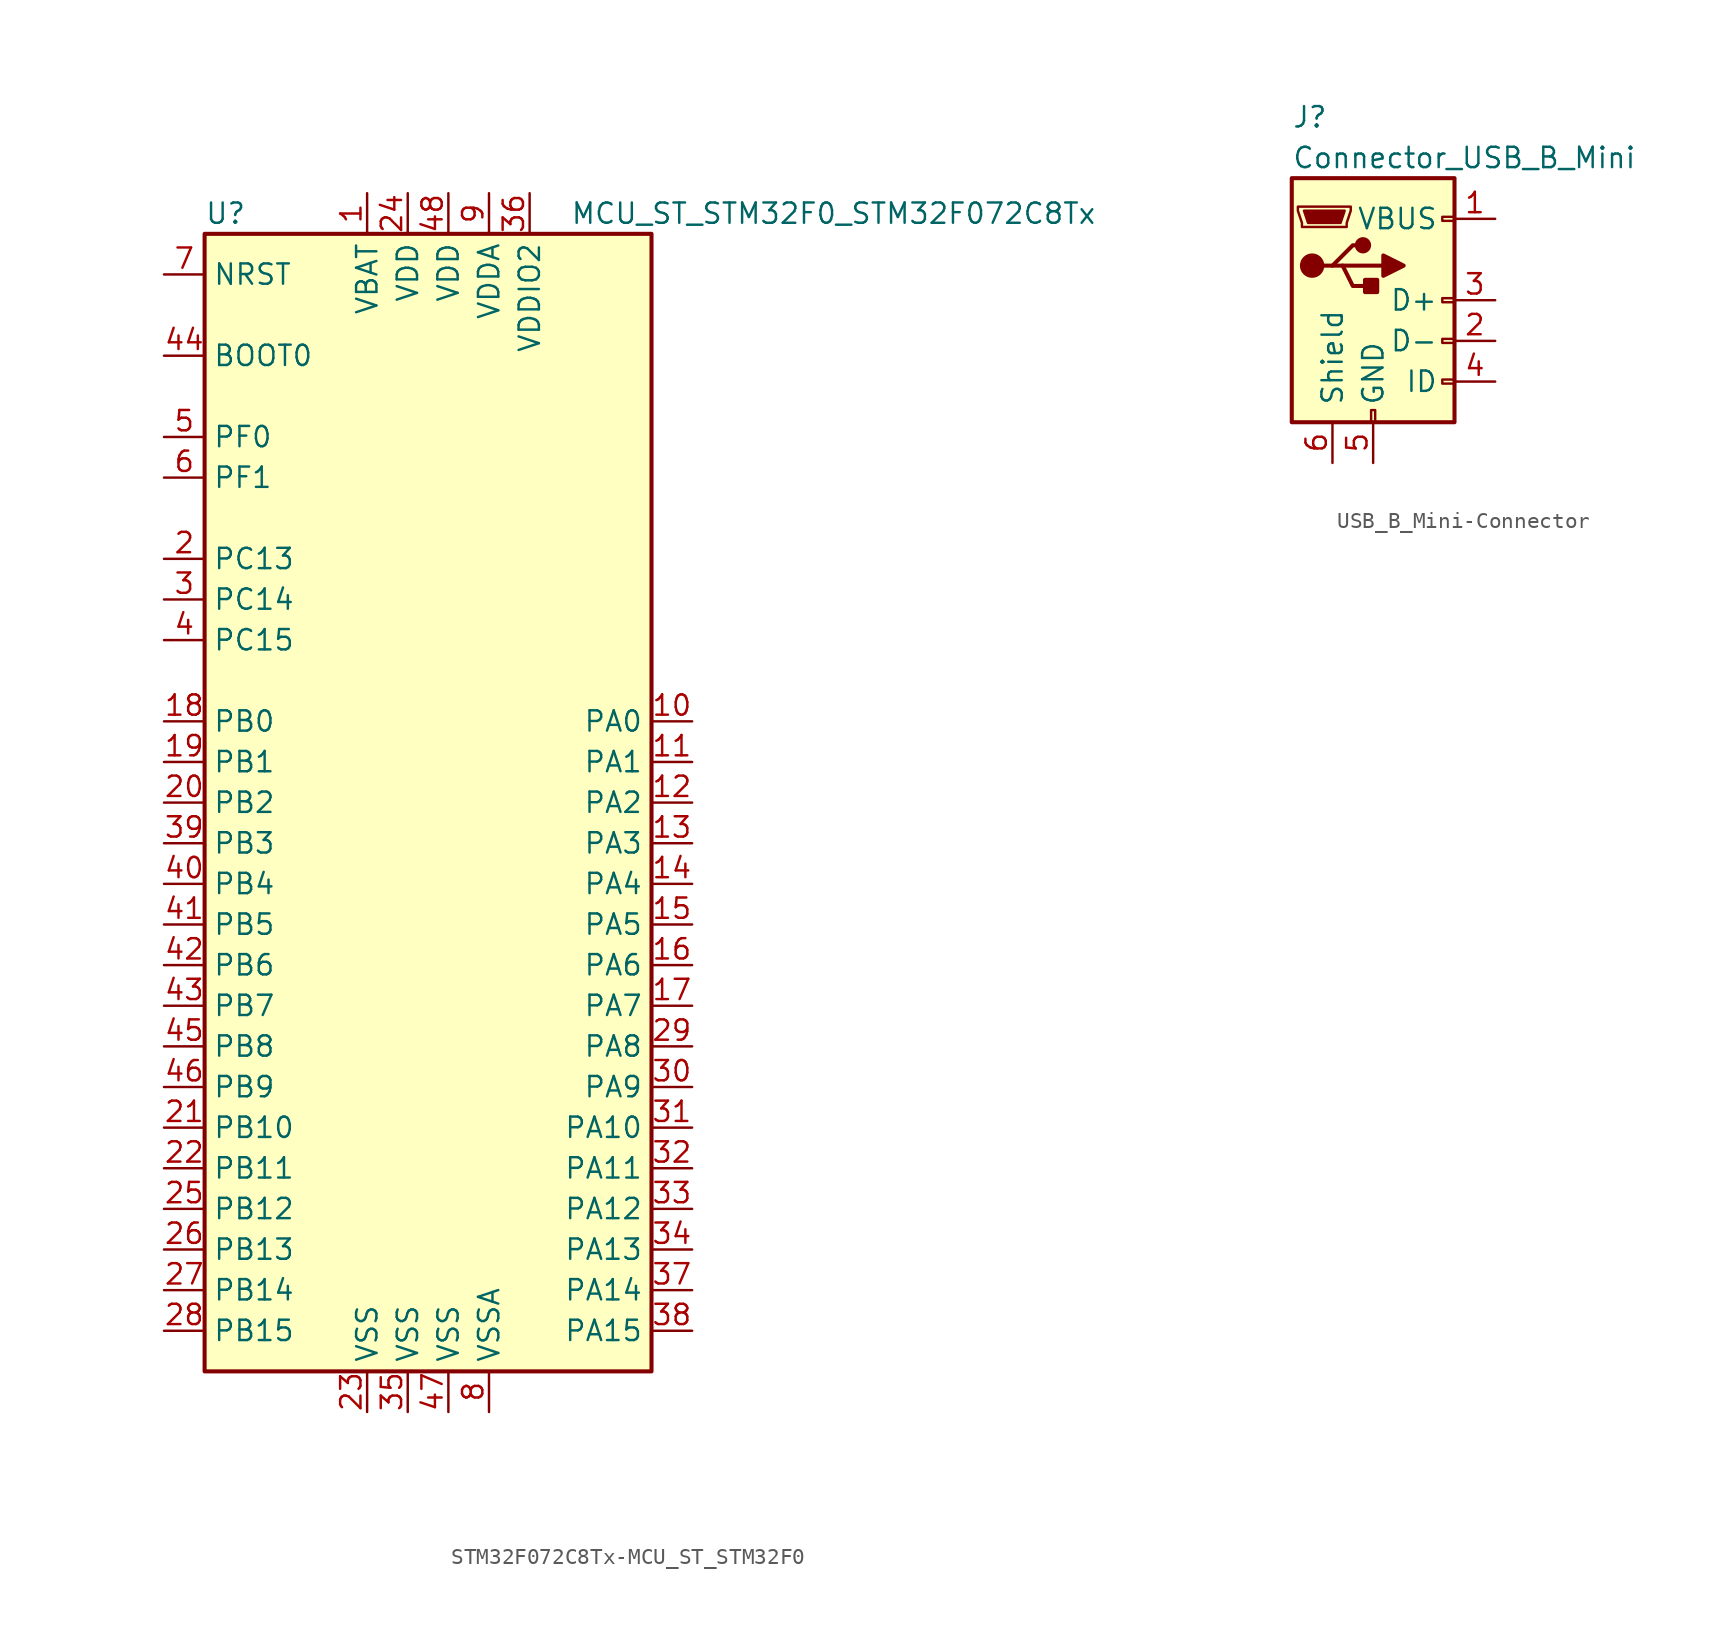
<source format=kicad_sym>
(kicad_symbol_lib
  (version 20231120)
  (generator "kicad_symbol_editor")
  (generator_version "8.0")
  (symbol "STM32F072C8Tx-MCU_ST_STM32F0"
    (property "Reference" "U"
      (at -15.24 36.83 0)
      (effects (font (size 1.27 1.27)) (justify left)))
    (property "Value" "MCU_ST_STM32F0_STM32F072C8Tx"
      (at 7.62 36.83 0)
      (effects (font (size 1.27 1.27)) (justify left)))
    (symbol "STM32F072C8Tx-MCU_ST_STM32F0_0_1"
      (rectangle (start -15.24 -35.56) (end 12.7 35.56) (stroke (width 0.254) (type solid)) (fill (type background))))
    (symbol "STM32F072C8Tx-MCU_ST_STM32F0_1_1"
      (pin power_in line (at -5.08 38.1 270) (length 2.54) (name "VBAT" (effects (font (size 1.27 1.27)))) (number "1" (effects (font (size 1.27 1.27)))))
      (pin bidirectional line (at 15.24 5.08 180) (length 2.54) (name "PA0" (effects (font (size 1.27 1.27)))) (number "10" (effects (font (size 1.27 1.27)))))
      (pin bidirectional line (at 15.24 2.54 180) (length 2.54) (name "PA1" (effects (font (size 1.27 1.27)))) (number "11" (effects (font (size 1.27 1.27)))))
      (pin bidirectional line (at 15.24 0 180) (length 2.54) (name "PA2" (effects (font (size 1.27 1.27)))) (number "12" (effects (font (size 1.27 1.27)))))
      (pin bidirectional line (at 15.24 -2.54 180) (length 2.54) (name "PA3" (effects (font (size 1.27 1.27)))) (number "13" (effects (font (size 1.27 1.27)))))
      (pin bidirectional line (at 15.24 -5.08 180) (length 2.54) (name "PA4" (effects (font (size 1.27 1.27)))) (number "14" (effects (font (size 1.27 1.27)))))
      (pin bidirectional line (at 15.24 -7.62 180) (length 2.54) (name "PA5" (effects (font (size 1.27 1.27)))) (number "15" (effects (font (size 1.27 1.27)))))
      (pin bidirectional line (at 15.24 -10.16 180) (length 2.54) (name "PA6" (effects (font (size 1.27 1.27)))) (number "16" (effects (font (size 1.27 1.27)))))
      (pin bidirectional line (at 15.24 -12.7 180) (length 2.54) (name "PA7" (effects (font (size 1.27 1.27)))) (number "17" (effects (font (size 1.27 1.27)))))
      (pin bidirectional line (at -17.78 5.08 0) (length 2.54) (name "PB0" (effects (font (size 1.27 1.27)))) (number "18" (effects (font (size 1.27 1.27)))))
      (pin bidirectional line (at -17.78 2.54 0) (length 2.54) (name "PB1" (effects (font (size 1.27 1.27)))) (number "19" (effects (font (size 1.27 1.27)))))
      (pin bidirectional line (at -17.78 15.24 0) (length 2.54) (name "PC13" (effects (font (size 1.27 1.27)))) (number "2" (effects (font (size 1.27 1.27)))))
      (pin bidirectional line (at -17.78 0 0) (length 2.54) (name "PB2" (effects (font (size 1.27 1.27)))) (number "20" (effects (font (size 1.27 1.27)))))
      (pin bidirectional line (at -17.78 -20.32 0) (length 2.54) (name "PB10" (effects (font (size 1.27 1.27)))) (number "21" (effects (font (size 1.27 1.27)))))
      (pin bidirectional line (at -17.78 -22.86 0) (length 2.54) (name "PB11" (effects (font (size 1.27 1.27)))) (number "22" (effects (font (size 1.27 1.27)))))
      (pin power_in line (at -5.08 -38.1 90) (length 2.54) (name "VSS" (effects (font (size 1.27 1.27)))) (number "23" (effects (font (size 1.27 1.27)))))
      (pin power_in line (at -2.54 38.1 270) (length 2.54) (name "VDD" (effects (font (size 1.27 1.27)))) (number "24" (effects (font (size 1.27 1.27)))))
      (pin bidirectional line (at -17.78 -25.4 0) (length 2.54) (name "PB12" (effects (font (size 1.27 1.27)))) (number "25" (effects (font (size 1.27 1.27)))))
      (pin bidirectional line (at -17.78 -27.94 0) (length 2.54) (name "PB13" (effects (font (size 1.27 1.27)))) (number "26" (effects (font (size 1.27 1.27)))))
      (pin bidirectional line (at -17.78 -30.48 0) (length 2.54) (name "PB14" (effects (font (size 1.27 1.27)))) (number "27" (effects (font (size 1.27 1.27)))))
      (pin bidirectional line (at -17.78 -33.02 0) (length 2.54) (name "PB15" (effects (font (size 1.27 1.27)))) (number "28" (effects (font (size 1.27 1.27)))))
      (pin bidirectional line (at 15.24 -15.24 180) (length 2.54) (name "PA8" (effects (font (size 1.27 1.27)))) (number "29" (effects (font (size 1.27 1.27)))))
      (pin bidirectional line (at -17.78 12.7 0) (length 2.54) (name "PC14" (effects (font (size 1.27 1.27)))) (number "3" (effects (font (size 1.27 1.27)))))
      (pin bidirectional line (at 15.24 -17.78 180) (length 2.54) (name "PA9" (effects (font (size 1.27 1.27)))) (number "30" (effects (font (size 1.27 1.27)))))
      (pin bidirectional line (at 15.24 -20.32 180) (length 2.54) (name "PA10" (effects (font (size 1.27 1.27)))) (number "31" (effects (font (size 1.27 1.27)))))
      (pin bidirectional line (at 15.24 -22.86 180) (length 2.54) (name "PA11" (effects (font (size 1.27 1.27)))) (number "32" (effects (font (size 1.27 1.27)))))
      (pin bidirectional line (at 15.24 -25.4 180) (length 2.54) (name "PA12" (effects (font (size 1.27 1.27)))) (number "33" (effects (font (size 1.27 1.27)))))
      (pin bidirectional line (at 15.24 -27.94 180) (length 2.54) (name "PA13" (effects (font (size 1.27 1.27)))) (number "34" (effects (font (size 1.27 1.27)))))
      (pin power_in line (at -2.54 -38.1 90) (length 2.54) (name "VSS" (effects (font (size 1.27 1.27)))) (number "35" (effects (font (size 1.27 1.27)))))
      (pin power_in line (at 5.08 38.1 270) (length 2.54) (name "VDDIO2" (effects (font (size 1.27 1.27)))) (number "36" (effects (font (size 1.27 1.27)))))
      (pin bidirectional line (at 15.24 -30.48 180) (length 2.54) (name "PA14" (effects (font (size 1.27 1.27)))) (number "37" (effects (font (size 1.27 1.27)))))
      (pin bidirectional line (at 15.24 -33.02 180) (length 2.54) (name "PA15" (effects (font (size 1.27 1.27)))) (number "38" (effects (font (size 1.27 1.27)))))
      (pin bidirectional line (at -17.78 -2.54 0) (length 2.54) (name "PB3" (effects (font (size 1.27 1.27)))) (number "39" (effects (font (size 1.27 1.27)))))
      (pin bidirectional line (at -17.78 10.16 0) (length 2.54) (name "PC15" (effects (font (size 1.27 1.27)))) (number "4" (effects (font (size 1.27 1.27)))))
      (pin bidirectional line (at -17.78 -5.08 0) (length 2.54) (name "PB4" (effects (font (size 1.27 1.27)))) (number "40" (effects (font (size 1.27 1.27)))))
      (pin bidirectional line (at -17.78 -7.62 0) (length 2.54) (name "PB5" (effects (font (size 1.27 1.27)))) (number "41" (effects (font (size 1.27 1.27)))))
      (pin bidirectional line (at -17.78 -10.16 0) (length 2.54) (name "PB6" (effects (font (size 1.27 1.27)))) (number "42" (effects (font (size 1.27 1.27)))))
      (pin bidirectional line (at -17.78 -12.7 0) (length 2.54) (name "PB7" (effects (font (size 1.27 1.27)))) (number "43" (effects (font (size 1.27 1.27)))))
      (pin input line (at -17.78 27.94 0) (length 2.54) (name "BOOT0" (effects (font (size 1.27 1.27)))) (number "44" (effects (font (size 1.27 1.27)))))
      (pin bidirectional line (at -17.78 -15.24 0) (length 2.54) (name "PB8" (effects (font (size 1.27 1.27)))) (number "45" (effects (font (size 1.27 1.27)))))
      (pin bidirectional line (at -17.78 -17.78 0) (length 2.54) (name "PB9" (effects (font (size 1.27 1.27)))) (number "46" (effects (font (size 1.27 1.27)))))
      (pin power_in line (at 0 -38.1 90) (length 2.54) (name "VSS" (effects (font (size 1.27 1.27)))) (number "47" (effects (font (size 1.27 1.27)))))
      (pin power_in line (at 0 38.1 270) (length 2.54) (name "VDD" (effects (font (size 1.27 1.27)))) (number "48" (effects (font (size 1.27 1.27)))))
      (pin input line (at -17.78 22.86 0) (length 2.54) (name "PF0" (effects (font (size 1.27 1.27)))) (number "5" (effects (font (size 1.27 1.27)))))
      (pin input line (at -17.78 20.32 0) (length 2.54) (name "PF1" (effects (font (size 1.27 1.27)))) (number "6" (effects (font (size 1.27 1.27)))))
      (pin input line (at -17.78 33.02 0) (length 2.54) (name "NRST" (effects (font (size 1.27 1.27)))) (number "7" (effects (font (size 1.27 1.27)))))
      (pin power_in line (at 2.54 -38.1 90) (length 2.54) (name "VSSA" (effects (font (size 1.27 1.27)))) (number "8" (effects (font (size 1.27 1.27)))))
      (pin power_in line (at 2.54 38.1 270) (length 2.54) (name "VDDA" (effects (font (size 1.27 1.27)))) (number "9" (effects (font (size 1.27 1.27)))))))
  (symbol "USB_B_Mini-Connector"
    (pin_names
      (offset 1.016))
    (property "Reference" "J"
      (at -5.08 11.43 0)
      (effects (font (size 1.27 1.27)) (justify left)))
    (property "Value" "Connector_USB_B_Mini"
      (at -5.08 8.89 0)
      (effects (font (size 1.27 1.27)) (justify left)))
    (symbol "USB_B_Mini-Connector_0_1"
      (rectangle (start -5.08 -7.62) (end 5.08 7.62) (stroke (width 0.254) (type solid)) (fill (type background)))
      (circle (center -3.81 2.159) (radius 0.635) (stroke (width 0.254) (type solid)) (fill (type outline)))
      (circle (center -0.635 3.429) (radius 0.381) (stroke (width 0.254) (type solid)) (fill (type outline)))
      (rectangle (start -0.127 -7.62) (end 0.127 -6.858) (stroke (width 0) (type solid)) (fill (type none)))
      (polyline (pts (xy -1.905 2.159) (xy 0.635 2.159)) (stroke (width 0.254) (type solid)) (fill (type none)))
      (polyline (pts (xy -3.175 2.159) (xy -2.54 2.159) (xy -1.27 3.429) (xy -0.635 3.429)) (stroke (width 0.254) (type solid)) (fill (type none)))
      (polyline (pts (xy -2.54 2.159) (xy -1.905 2.159) (xy -1.27 0.889) (xy 0 0.889)) (stroke (width 0.254) (type solid)) (fill (type none)))
      (polyline (pts (xy 0.635 2.794) (xy 0.635 1.524) (xy 1.905 2.159) (xy 0.635 2.794)) (stroke (width 0.254) (type solid)) (fill (type outline)))
      (polyline (pts (xy -4.318 5.588) (xy -1.778 5.588) (xy -2.032 4.826) (xy -4.064 4.826) (xy -4.318 5.588)) (stroke (width 0) (type solid)) (fill (type outline)))
      (polyline (pts (xy -4.699 5.842) (xy -4.699 5.588) (xy -4.445 4.826) (xy -4.445 4.572) (xy -1.651 4.572) (xy -1.651 4.826) (xy -1.397 5.588) (xy -1.397 5.842) (xy -4.699 5.842)) (stroke (width 0) (type solid)) (fill (type none)))
      (rectangle (start 0.254 1.27) (end -0.508 0.508) (stroke (width 0.254) (type solid)) (fill (type outline)))
      (rectangle (start 5.08 -5.207) (end 4.318 -4.953) (stroke (width 0) (type solid)) (fill (type none)))
      (rectangle (start 5.08 -2.667) (end 4.318 -2.413) (stroke (width 0) (type solid)) (fill (type none)))
      (rectangle (start 5.08 -0.127) (end 4.318 0.127) (stroke (width 0) (type solid)) (fill (type none)))
      (rectangle (start 5.08 4.953) (end 4.318 5.207) (stroke (width 0) (type solid)) (fill (type none))))
    (symbol "USB_B_Mini-Connector_1_1"
      (pin power_out line (at 7.62 5.08 180) (length 2.54) (name "VBUS" (effects (font (size 1.27 1.27)))) (number "1" (effects (font (size 1.27 1.27)))))
      (pin passive line (at 7.62 -2.54 180) (length 2.54) (name "D-" (effects (font (size 1.27 1.27)))) (number "2" (effects (font (size 1.27 1.27)))))
      (pin passive line (at 7.62 0 180) (length 2.54) (name "D+" (effects (font (size 1.27 1.27)))) (number "3" (effects (font (size 1.27 1.27)))))
      (pin passive line (at 7.62 -5.08 180) (length 2.54) (name "ID" (effects (font (size 1.27 1.27)))) (number "4" (effects (font (size 1.27 1.27)))))
      (pin power_out line (at 0 -10.16 90) (length 2.54) (name "GND" (effects (font (size 1.27 1.27)))) (number "5" (effects (font (size 1.27 1.27)))))
      (pin passive line (at -2.54 -10.16 90) (length 2.54) (name "Shield" (effects (font (size 1.27 1.27)))) (number "6" (effects (font (size 1.27 1.27))))))))
</source>
